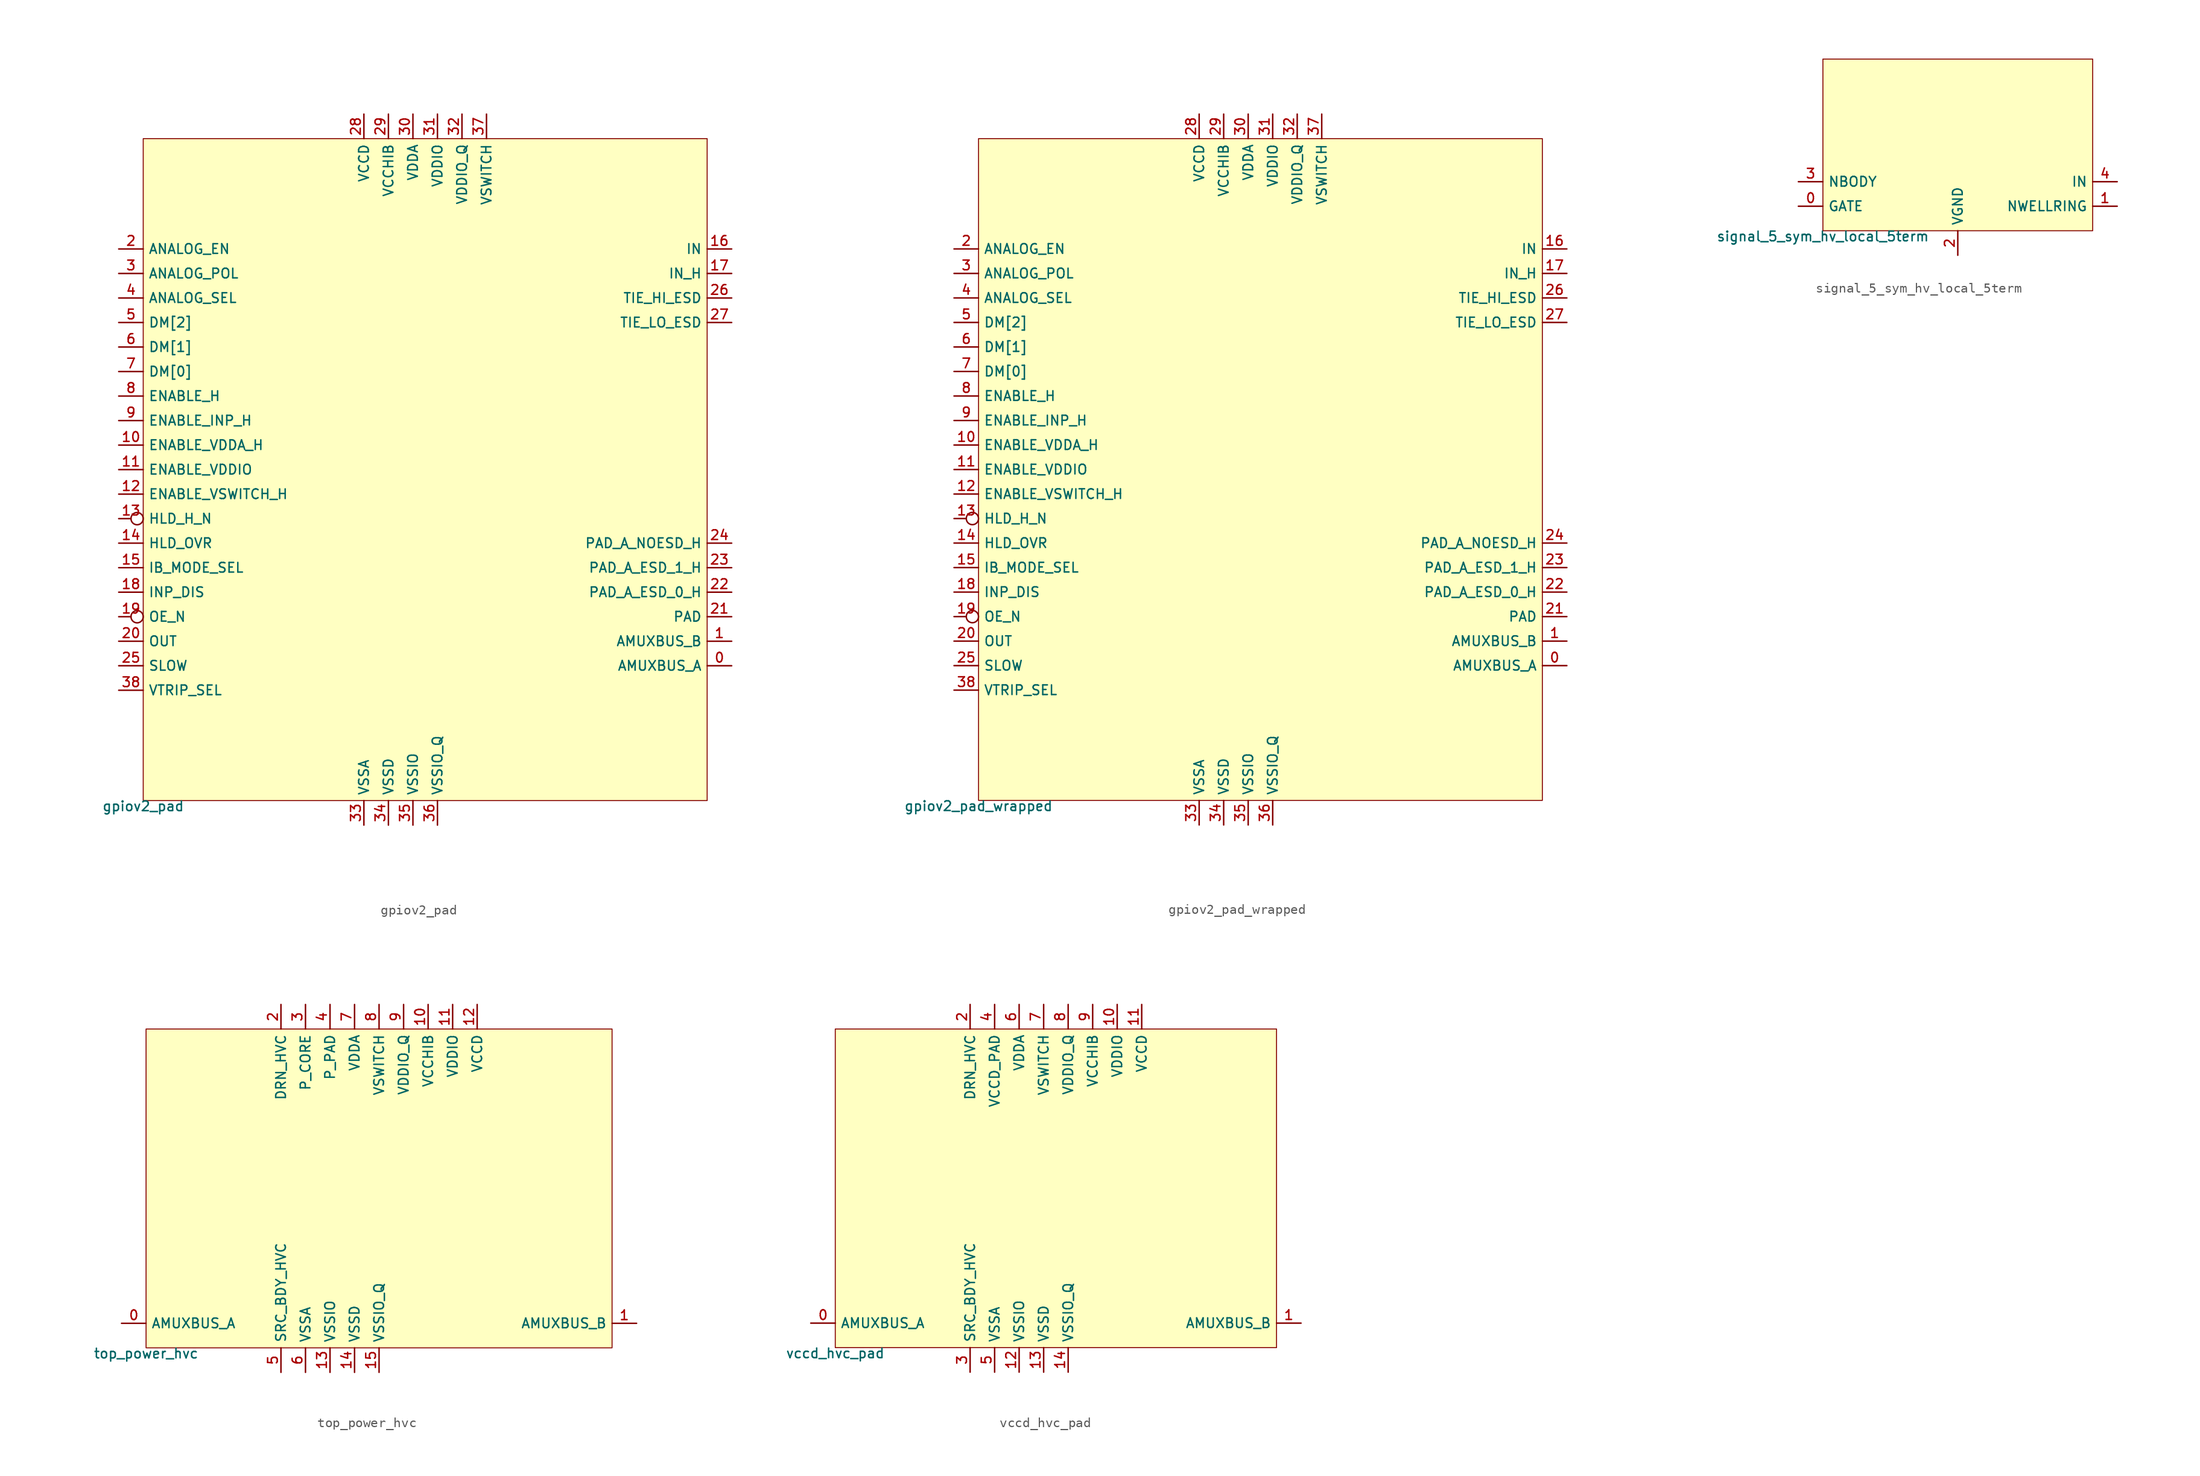
<source format=kicad_sym>
(kicad_symbol_lib
  (version 20211014)
  (generator lef2kicad_sym)
  (symbol "gpiov2_pad"
    (property "Reference" "CELL"
      (at 0 0 0)
      (effects (font (size 1 1)) hide))
    (property "Value" "gpiov2_pad"
      (at -29.21 -34.29 0)
      (effects (font (size 1 1)) (justify top)))
    (rectangle
      (start -29.21 -34.29)
      (end 29.21 34.29)
      (stroke (width 0.1) (type solid) (color 0 0 0 0))
      (fill (type background)))
    (pin bidirectional line
      (at 31.75 -20.32 180)
      (length 2.54)
      (name "AMUXBUS_A" (effects (font (size 1 1)) hide))
      (number "0" (effects (font (size 1 1)) hide)))
    (pin bidirectional line
      (at 31.75 -17.78 180)
      (length 2.54)
      (name "AMUXBUS_B" (effects (font (size 1 1)) hide))
      (number "1" (effects (font (size 1 1)) hide)))
    (pin input line
      (at -31.75 22.86 0)
      (length 2.54)
      (name "ANALOG_EN" (effects (font (size 1 1)) hide))
      (number "2" (effects (font (size 1 1)) hide)))
    (pin input line
      (at -31.75 20.32 0)
      (length 2.54)
      (name "ANALOG_POL" (effects (font (size 1 1)) hide))
      (number "3" (effects (font (size 1 1)) hide)))
    (pin input line
      (at -31.75 17.78 0)
      (length 2.54)
      (name "ANALOG_SEL" (effects (font (size 1 1)) hide))
      (number "4" (effects (font (size 1 1)) hide)))
    (pin input line
      (at -31.75 15.24 0)
      (length 2.54)
      (name "DM[2]" (effects (font (size 1 1)) hide))
      (number "5" (effects (font (size 1 1)) hide)))
    (pin input line
      (at -31.75 12.7 0)
      (length 2.54)
      (name "DM[1]" (effects (font (size 1 1)) hide))
      (number "6" (effects (font (size 1 1)) hide)))
    (pin input line
      (at -31.75 10.16 0)
      (length 2.54)
      (name "DM[0]" (effects (font (size 1 1)) hide))
      (number "7" (effects (font (size 1 1)) hide)))
    (pin input line
      (at -31.75 7.62 0)
      (length 2.54)
      (name "ENABLE_H" (effects (font (size 1 1)) hide))
      (number "8" (effects (font (size 1 1)) hide)))
    (pin input line
      (at -31.75 5.08 0)
      (length 2.54)
      (name "ENABLE_INP_H" (effects (font (size 1 1)) hide))
      (number "9" (effects (font (size 1 1)) hide)))
    (pin input line
      (at -31.75 2.54 0)
      (length 2.54)
      (name "ENABLE_VDDA_H" (effects (font (size 1 1)) hide))
      (number "10" (effects (font (size 1 1)) hide)))
    (pin input line
      (at -31.75 0.0 0)
      (length 2.54)
      (name "ENABLE_VDDIO" (effects (font (size 1 1)) hide))
      (number "11" (effects (font (size 1 1)) hide)))
    (pin input line
      (at -31.75 -2.54 0)
      (length 2.54)
      (name "ENABLE_VSWITCH_H" (effects (font (size 1 1)) hide))
      (number "12" (effects (font (size 1 1)) hide)))
    (pin input inverted
      (at -31.75 -5.08 0)
      (length 2.54)
      (name "HLD_H_N" (effects (font (size 1 1)) hide))
      (number "13" (effects (font (size 1 1)) hide)))
    (pin input line
      (at -31.75 -7.62 0)
      (length 2.54)
      (name "HLD_OVR" (effects (font (size 1 1)) hide))
      (number "14" (effects (font (size 1 1)) hide)))
    (pin input line
      (at -31.75 -10.16 0)
      (length 2.54)
      (name "IB_MODE_SEL" (effects (font (size 1 1)) hide))
      (number "15" (effects (font (size 1 1)) hide)))
    (pin output line
      (at 31.75 22.86 180)
      (length 2.54)
      (name "IN" (effects (font (size 1 1)) hide))
      (number "16" (effects (font (size 1 1)) hide)))
    (pin output line
      (at 31.75 20.32 180)
      (length 2.54)
      (name "IN_H" (effects (font (size 1 1)) hide))
      (number "17" (effects (font (size 1 1)) hide)))
    (pin input line
      (at -31.75 -12.7 0)
      (length 2.54)
      (name "INP_DIS" (effects (font (size 1 1)) hide))
      (number "18" (effects (font (size 1 1)) hide)))
    (pin input inverted
      (at -31.75 -15.24 0)
      (length 2.54)
      (name "OE_N" (effects (font (size 1 1)) hide))
      (number "19" (effects (font (size 1 1)) hide)))
    (pin input line
      (at -31.75 -17.78 0)
      (length 2.54)
      (name "OUT" (effects (font (size 1 1)) hide))
      (number "20" (effects (font (size 1 1)) hide)))
    (pin bidirectional line
      (at 31.75 -15.24 180)
      (length 2.54)
      (name "PAD" (effects (font (size 1 1)) hide))
      (number "21" (effects (font (size 1 1)) hide)))
    (pin bidirectional line
      (at 31.75 -12.7 180)
      (length 2.54)
      (name "PAD_A_ESD_0_H" (effects (font (size 1 1)) hide))
      (number "22" (effects (font (size 1 1)) hide)))
    (pin bidirectional line
      (at 31.75 -10.16 180)
      (length 2.54)
      (name "PAD_A_ESD_1_H" (effects (font (size 1 1)) hide))
      (number "23" (effects (font (size 1 1)) hide)))
    (pin bidirectional line
      (at 31.75 -7.62 180)
      (length 2.54)
      (name "PAD_A_NOESD_H" (effects (font (size 1 1)) hide))
      (number "24" (effects (font (size 1 1)) hide)))
    (pin input line
      (at -31.75 -20.32 0)
      (length 2.54)
      (name "SLOW" (effects (font (size 1 1)) hide))
      (number "25" (effects (font (size 1 1)) hide)))
    (pin output line
      (at 31.75 17.78 180)
      (length 2.54)
      (name "TIE_HI_ESD" (effects (font (size 1 1)) hide))
      (number "26" (effects (font (size 1 1)) hide)))
    (pin output line
      (at 31.75 15.24 180)
      (length 2.54)
      (name "TIE_LO_ESD" (effects (font (size 1 1)) hide))
      (number "27" (effects (font (size 1 1)) hide)))
    (pin power_in line
      (at -6.35 36.83 270)
      (length 2.54)
      (name "VCCD" (effects (font (size 1 1)) hide))
      (number "28" (effects (font (size 1 1)) hide)))
    (pin power_in line
      (at -3.81 36.83 270)
      (length 2.54)
      (name "VCCHIB" (effects (font (size 1 1)) hide))
      (number "29" (effects (font (size 1 1)) hide)))
    (pin power_in line
      (at -1.27 36.83 270)
      (length 2.54)
      (name "VDDA" (effects (font (size 1 1)) hide))
      (number "30" (effects (font (size 1 1)) hide)))
    (pin power_in line
      (at 1.27 36.83 270)
      (length 2.54)
      (name "VDDIO" (effects (font (size 1 1)) hide))
      (number "31" (effects (font (size 1 1)) hide)))
    (pin power_in line
      (at 3.81 36.83 270)
      (length 2.54)
      (name "VDDIO_Q" (effects (font (size 1 1)) hide))
      (number "32" (effects (font (size 1 1)) hide)))
    (pin power_in line
      (at -6.35 -36.83 90)
      (length 2.54)
      (name "VSSA" (effects (font (size 1 1)) hide))
      (number "33" (effects (font (size 1 1)) hide)))
    (pin power_in line
      (at -3.81 -36.83 90)
      (length 2.54)
      (name "VSSD" (effects (font (size 1 1)) hide))
      (number "34" (effects (font (size 1 1)) hide)))
    (pin power_in line
      (at -1.27 -36.83 90)
      (length 2.54)
      (name "VSSIO" (effects (font (size 1 1)) hide))
      (number "35" (effects (font (size 1 1)) hide)))
    (pin power_in line
      (at 1.27 -36.83 90)
      (length 2.54)
      (name "VSSIO_Q" (effects (font (size 1 1)) hide))
      (number "36" (effects (font (size 1 1)) hide)))
    (pin power_in line
      (at 6.35 36.83 270)
      (length 2.54)
      (name "VSWITCH" (effects (font (size 1 1)) hide))
      (number "37" (effects (font (size 1 1)) hide)))
    (pin input line
      (at -31.75 -22.86 0)
      (length 2.54)
      (name "VTRIP_SEL" (effects (font (size 1 1)) hide))
      (number "38" (effects (font (size 1 1)) hide))))
  (symbol "gpiov2_pad_wrapped"
    (property "Reference" "CELL"
      (at 0 0 0)
      (effects (font (size 1 1)) hide))
    (property "Value" "gpiov2_pad_wrapped"
      (at -29.21 -34.29 0)
      (effects (font (size 1 1)) (justify top)))
    (rectangle
      (start -29.21 -34.29)
      (end 29.21 34.29)
      (stroke (width 0.1) (type solid) (color 0 0 0 0))
      (fill (type background)))
    (pin bidirectional line
      (at 31.75 -20.32 180)
      (length 2.54)
      (name "AMUXBUS_A" (effects (font (size 1 1)) hide))
      (number "0" (effects (font (size 1 1)) hide)))
    (pin bidirectional line
      (at 31.75 -17.78 180)
      (length 2.54)
      (name "AMUXBUS_B" (effects (font (size 1 1)) hide))
      (number "1" (effects (font (size 1 1)) hide)))
    (pin input line
      (at -31.75 22.86 0)
      (length 2.54)
      (name "ANALOG_EN" (effects (font (size 1 1)) hide))
      (number "2" (effects (font (size 1 1)) hide)))
    (pin input line
      (at -31.75 20.32 0)
      (length 2.54)
      (name "ANALOG_POL" (effects (font (size 1 1)) hide))
      (number "3" (effects (font (size 1 1)) hide)))
    (pin input line
      (at -31.75 17.78 0)
      (length 2.54)
      (name "ANALOG_SEL" (effects (font (size 1 1)) hide))
      (number "4" (effects (font (size 1 1)) hide)))
    (pin input line
      (at -31.75 15.24 0)
      (length 2.54)
      (name "DM[2]" (effects (font (size 1 1)) hide))
      (number "5" (effects (font (size 1 1)) hide)))
    (pin input line
      (at -31.75 12.7 0)
      (length 2.54)
      (name "DM[1]" (effects (font (size 1 1)) hide))
      (number "6" (effects (font (size 1 1)) hide)))
    (pin input line
      (at -31.75 10.16 0)
      (length 2.54)
      (name "DM[0]" (effects (font (size 1 1)) hide))
      (number "7" (effects (font (size 1 1)) hide)))
    (pin input line
      (at -31.75 7.62 0)
      (length 2.54)
      (name "ENABLE_H" (effects (font (size 1 1)) hide))
      (number "8" (effects (font (size 1 1)) hide)))
    (pin input line
      (at -31.75 5.08 0)
      (length 2.54)
      (name "ENABLE_INP_H" (effects (font (size 1 1)) hide))
      (number "9" (effects (font (size 1 1)) hide)))
    (pin input line
      (at -31.75 2.54 0)
      (length 2.54)
      (name "ENABLE_VDDA_H" (effects (font (size 1 1)) hide))
      (number "10" (effects (font (size 1 1)) hide)))
    (pin input line
      (at -31.75 0.0 0)
      (length 2.54)
      (name "ENABLE_VDDIO" (effects (font (size 1 1)) hide))
      (number "11" (effects (font (size 1 1)) hide)))
    (pin input line
      (at -31.75 -2.54 0)
      (length 2.54)
      (name "ENABLE_VSWITCH_H" (effects (font (size 1 1)) hide))
      (number "12" (effects (font (size 1 1)) hide)))
    (pin input inverted
      (at -31.75 -5.08 0)
      (length 2.54)
      (name "HLD_H_N" (effects (font (size 1 1)) hide))
      (number "13" (effects (font (size 1 1)) hide)))
    (pin input line
      (at -31.75 -7.62 0)
      (length 2.54)
      (name "HLD_OVR" (effects (font (size 1 1)) hide))
      (number "14" (effects (font (size 1 1)) hide)))
    (pin input line
      (at -31.75 -10.16 0)
      (length 2.54)
      (name "IB_MODE_SEL" (effects (font (size 1 1)) hide))
      (number "15" (effects (font (size 1 1)) hide)))
    (pin output line
      (at 31.75 22.86 180)
      (length 2.54)
      (name "IN" (effects (font (size 1 1)) hide))
      (number "16" (effects (font (size 1 1)) hide)))
    (pin output line
      (at 31.75 20.32 180)
      (length 2.54)
      (name "IN_H" (effects (font (size 1 1)) hide))
      (number "17" (effects (font (size 1 1)) hide)))
    (pin input line
      (at -31.75 -12.7 0)
      (length 2.54)
      (name "INP_DIS" (effects (font (size 1 1)) hide))
      (number "18" (effects (font (size 1 1)) hide)))
    (pin input inverted
      (at -31.75 -15.24 0)
      (length 2.54)
      (name "OE_N" (effects (font (size 1 1)) hide))
      (number "19" (effects (font (size 1 1)) hide)))
    (pin input line
      (at -31.75 -17.78 0)
      (length 2.54)
      (name "OUT" (effects (font (size 1 1)) hide))
      (number "20" (effects (font (size 1 1)) hide)))
    (pin bidirectional line
      (at 31.75 -15.24 180)
      (length 2.54)
      (name "PAD" (effects (font (size 1 1)) hide))
      (number "21" (effects (font (size 1 1)) hide)))
    (pin bidirectional line
      (at 31.75 -12.7 180)
      (length 2.54)
      (name "PAD_A_ESD_0_H" (effects (font (size 1 1)) hide))
      (number "22" (effects (font (size 1 1)) hide)))
    (pin bidirectional line
      (at 31.75 -10.16 180)
      (length 2.54)
      (name "PAD_A_ESD_1_H" (effects (font (size 1 1)) hide))
      (number "23" (effects (font (size 1 1)) hide)))
    (pin bidirectional line
      (at 31.75 -7.62 180)
      (length 2.54)
      (name "PAD_A_NOESD_H" (effects (font (size 1 1)) hide))
      (number "24" (effects (font (size 1 1)) hide)))
    (pin input line
      (at -31.75 -20.32 0)
      (length 2.54)
      (name "SLOW" (effects (font (size 1 1)) hide))
      (number "25" (effects (font (size 1 1)) hide)))
    (pin output line
      (at 31.75 17.78 180)
      (length 2.54)
      (name "TIE_HI_ESD" (effects (font (size 1 1)) hide))
      (number "26" (effects (font (size 1 1)) hide)))
    (pin output line
      (at 31.75 15.24 180)
      (length 2.54)
      (name "TIE_LO_ESD" (effects (font (size 1 1)) hide))
      (number "27" (effects (font (size 1 1)) hide)))
    (pin power_in line
      (at -6.35 36.83 270)
      (length 2.54)
      (name "VCCD" (effects (font (size 1 1)) hide))
      (number "28" (effects (font (size 1 1)) hide)))
    (pin power_in line
      (at -3.81 36.83 270)
      (length 2.54)
      (name "VCCHIB" (effects (font (size 1 1)) hide))
      (number "29" (effects (font (size 1 1)) hide)))
    (pin power_in line
      (at -1.27 36.83 270)
      (length 2.54)
      (name "VDDA" (effects (font (size 1 1)) hide))
      (number "30" (effects (font (size 1 1)) hide)))
    (pin power_in line
      (at 1.27 36.83 270)
      (length 2.54)
      (name "VDDIO" (effects (font (size 1 1)) hide))
      (number "31" (effects (font (size 1 1)) hide)))
    (pin power_in line
      (at 3.81 36.83 270)
      (length 2.54)
      (name "VDDIO_Q" (effects (font (size 1 1)) hide))
      (number "32" (effects (font (size 1 1)) hide)))
    (pin power_in line
      (at -6.35 -36.83 90)
      (length 2.54)
      (name "VSSA" (effects (font (size 1 1)) hide))
      (number "33" (effects (font (size 1 1)) hide)))
    (pin power_in line
      (at -3.81 -36.83 90)
      (length 2.54)
      (name "VSSD" (effects (font (size 1 1)) hide))
      (number "34" (effects (font (size 1 1)) hide)))
    (pin power_in line
      (at -1.27 -36.83 90)
      (length 2.54)
      (name "VSSIO" (effects (font (size 1 1)) hide))
      (number "35" (effects (font (size 1 1)) hide)))
    (pin power_in line
      (at 1.27 -36.83 90)
      (length 2.54)
      (name "VSSIO_Q" (effects (font (size 1 1)) hide))
      (number "36" (effects (font (size 1 1)) hide)))
    (pin power_in line
      (at 6.35 36.83 270)
      (length 2.54)
      (name "VSWITCH" (effects (font (size 1 1)) hide))
      (number "37" (effects (font (size 1 1)) hide)))
    (pin input line
      (at -31.75 -22.86 0)
      (length 2.54)
      (name "VTRIP_SEL" (effects (font (size 1 1)) hide))
      (number "38" (effects (font (size 1 1)) hide))))
  (symbol "signal_5_sym_hv_local_5term"
    (property "Reference" "CELL"
      (at 0 0 0)
      (effects (font (size 1 1)) hide))
    (property "Value" "signal_5_sym_hv_local_5term"
      (at -13.97 -8.89 0)
      (effects (font (size 1 1)) (justify top)))
    (rectangle
      (start -13.97 -8.89)
      (end 13.97 8.89)
      (stroke (width 0.1) (type solid) (color 0 0 0 0))
      (fill (type background)))
    (pin bidirectional line
      (at -16.51 -6.35 0)
      (length 2.54)
      (name "GATE" (effects (font (size 1 1)) hide))
      (number "0" (effects (font (size 1 1)) hide)))
    (pin bidirectional line
      (at 16.51 -6.35 180)
      (length 2.54)
      (name "NWELLRING" (effects (font (size 1 1)) hide))
      (number "1" (effects (font (size 1 1)) hide)))
    (pin power_in line
      (at 0.0 -11.43 90)
      (length 2.54)
      (name "VGND" (effects (font (size 1 1)) hide))
      (number "2" (effects (font (size 1 1)) hide)))
    (pin bidirectional line
      (at -16.51 -3.81 0)
      (length 2.54)
      (name "NBODY" (effects (font (size 1 1)) hide))
      (number "3" (effects (font (size 1 1)) hide)))
    (pin bidirectional line
      (at 16.51 -3.81 180)
      (length 2.54)
      (name "IN" (effects (font (size 1 1)) hide))
      (number "4" (effects (font (size 1 1)) hide))))
  (symbol "top_power_hvc"
    (property "Reference" "CELL"
      (at 0 0 0)
      (effects (font (size 1 1)) hide))
    (property "Value" "top_power_hvc"
      (at -24.13 -16.51 0)
      (effects (font (size 1 1)) (justify top)))
    (rectangle
      (start -24.13 -16.51)
      (end 24.13 16.51)
      (stroke (width 0.1) (type solid) (color 0 0 0 0))
      (fill (type background)))
    (pin bidirectional line
      (at -26.67 -13.97 0)
      (length 2.54)
      (name "AMUXBUS_A" (effects (font (size 1 1)) hide))
      (number "0" (effects (font (size 1 1)) hide)))
    (pin bidirectional line
      (at 26.67 -13.97 180)
      (length 2.54)
      (name "AMUXBUS_B" (effects (font (size 1 1)) hide))
      (number "1" (effects (font (size 1 1)) hide)))
    (pin power_in line
      (at -10.16 19.05 270)
      (length 2.54)
      (name "DRN_HVC" (effects (font (size 1 1)) hide))
      (number "2" (effects (font (size 1 1)) hide)))
    (pin power_in line
      (at -7.62 19.05 270)
      (length 2.54)
      (name "P_CORE" (effects (font (size 1 1)) hide))
      (number "3" (effects (font (size 1 1)) hide)))
    (pin power_in line
      (at -5.08 19.05 270)
      (length 2.54)
      (name "P_PAD" (effects (font (size 1 1)) hide))
      (number "4" (effects (font (size 1 1)) hide)))
    (pin power_in line
      (at -10.16 -19.05 90)
      (length 2.54)
      (name "SRC_BDY_HVC" (effects (font (size 1 1)) hide))
      (number "5" (effects (font (size 1 1)) hide)))
    (pin power_in line
      (at -7.62 -19.05 90)
      (length 2.54)
      (name "VSSA" (effects (font (size 1 1)) hide))
      (number "6" (effects (font (size 1 1)) hide)))
    (pin power_in line
      (at -2.54 19.05 270)
      (length 2.54)
      (name "VDDA" (effects (font (size 1 1)) hide))
      (number "7" (effects (font (size 1 1)) hide)))
    (pin power_in line
      (at 0.0 19.05 270)
      (length 2.54)
      (name "VSWITCH" (effects (font (size 1 1)) hide))
      (number "8" (effects (font (size 1 1)) hide)))
    (pin power_in line
      (at 2.54 19.05 270)
      (length 2.54)
      (name "VDDIO_Q" (effects (font (size 1 1)) hide))
      (number "9" (effects (font (size 1 1)) hide)))
    (pin power_in line
      (at 5.08 19.05 270)
      (length 2.54)
      (name "VCCHIB" (effects (font (size 1 1)) hide))
      (number "10" (effects (font (size 1 1)) hide)))
    (pin power_in line
      (at 7.62 19.05 270)
      (length 2.54)
      (name "VDDIO" (effects (font (size 1 1)) hide))
      (number "11" (effects (font (size 1 1)) hide)))
    (pin power_in line
      (at 10.16 19.05 270)
      (length 2.54)
      (name "VCCD" (effects (font (size 1 1)) hide))
      (number "12" (effects (font (size 1 1)) hide)))
    (pin power_in line
      (at -5.08 -19.05 90)
      (length 2.54)
      (name "VSSIO" (effects (font (size 1 1)) hide))
      (number "13" (effects (font (size 1 1)) hide)))
    (pin power_in line
      (at -2.54 -19.05 90)
      (length 2.54)
      (name "VSSD" (effects (font (size 1 1)) hide))
      (number "14" (effects (font (size 1 1)) hide)))
    (pin power_in line
      (at 0.0 -19.05 90)
      (length 2.54)
      (name "VSSIO_Q" (effects (font (size 1 1)) hide))
      (number "15" (effects (font (size 1 1)) hide))))
  (symbol "vccd_hvc_pad"
    (property "Reference" "CELL"
      (at 0 0 0)
      (effects (font (size 1 1)) hide))
    (property "Value" "vccd_hvc_pad"
      (at -22.86 -16.51 0)
      (effects (font (size 1 1)) (justify top)))
    (rectangle
      (start -22.86 -16.51)
      (end 22.86 16.51)
      (stroke (width 0.1) (type solid) (color 0 0 0 0))
      (fill (type background)))
    (pin bidirectional line
      (at -25.4 -13.97 0)
      (length 2.54)
      (name "AMUXBUS_A" (effects (font (size 1 1)) hide))
      (number "0" (effects (font (size 1 1)) hide)))
    (pin bidirectional line
      (at 25.4 -13.97 180)
      (length 2.54)
      (name "AMUXBUS_B" (effects (font (size 1 1)) hide))
      (number "1" (effects (font (size 1 1)) hide)))
    (pin power_in line
      (at -8.89 19.05 270)
      (length 2.54)
      (name "DRN_HVC" (effects (font (size 1 1)) hide))
      (number "2" (effects (font (size 1 1)) hide)))
    (pin power_in line
      (at -8.89 -19.05 90)
      (length 2.54)
      (name "SRC_BDY_HVC" (effects (font (size 1 1)) hide))
      (number "3" (effects (font (size 1 1)) hide)))
    (pin power_in line
      (at -6.35 19.05 270)
      (length 2.54)
      (name "VCCD_PAD" (effects (font (size 1 1)) hide))
      (number "4" (effects (font (size 1 1)) hide)))
    (pin power_in line
      (at -6.35 -19.05 90)
      (length 2.54)
      (name "VSSA" (effects (font (size 1 1)) hide))
      (number "5" (effects (font (size 1 1)) hide)))
    (pin power_in line
      (at -3.81 19.05 270)
      (length 2.54)
      (name "VDDA" (effects (font (size 1 1)) hide))
      (number "6" (effects (font (size 1 1)) hide)))
    (pin power_in line
      (at -1.27 19.05 270)
      (length 2.54)
      (name "VSWITCH" (effects (font (size 1 1)) hide))
      (number "7" (effects (font (size 1 1)) hide)))
    (pin power_in line
      (at 1.27 19.05 270)
      (length 2.54)
      (name "VDDIO_Q" (effects (font (size 1 1)) hide))
      (number "8" (effects (font (size 1 1)) hide)))
    (pin power_in line
      (at 3.81 19.05 270)
      (length 2.54)
      (name "VCCHIB" (effects (font (size 1 1)) hide))
      (number "9" (effects (font (size 1 1)) hide)))
    (pin power_in line
      (at 6.35 19.05 270)
      (length 2.54)
      (name "VDDIO" (effects (font (size 1 1)) hide))
      (number "10" (effects (font (size 1 1)) hide)))
    (pin power_in line
      (at 8.89 19.05 270)
      (length 2.54)
      (name "VCCD" (effects (font (size 1 1)) hide))
      (number "11" (effects (font (size 1 1)) hide)))
    (pin power_in line
      (at -3.81 -19.05 90)
      (length 2.54)
      (name "VSSIO" (effects (font (size 1 1)) hide))
      (number "12" (effects (font (size 1 1)) hide)))
    (pin power_in line
      (at -1.27 -19.05 90)
      (length 2.54)
      (name "VSSD" (effects (font (size 1 1)) hide))
      (number "13" (effects (font (size 1 1)) hide)))
    (pin power_in line
      (at 1.27 -19.05 90)
      (length 2.54)
      (name "VSSIO_Q" (effects (font (size 1 1)) hide))
      (number "14" (effects (font (size 1 1)) hide)))))
</source>
